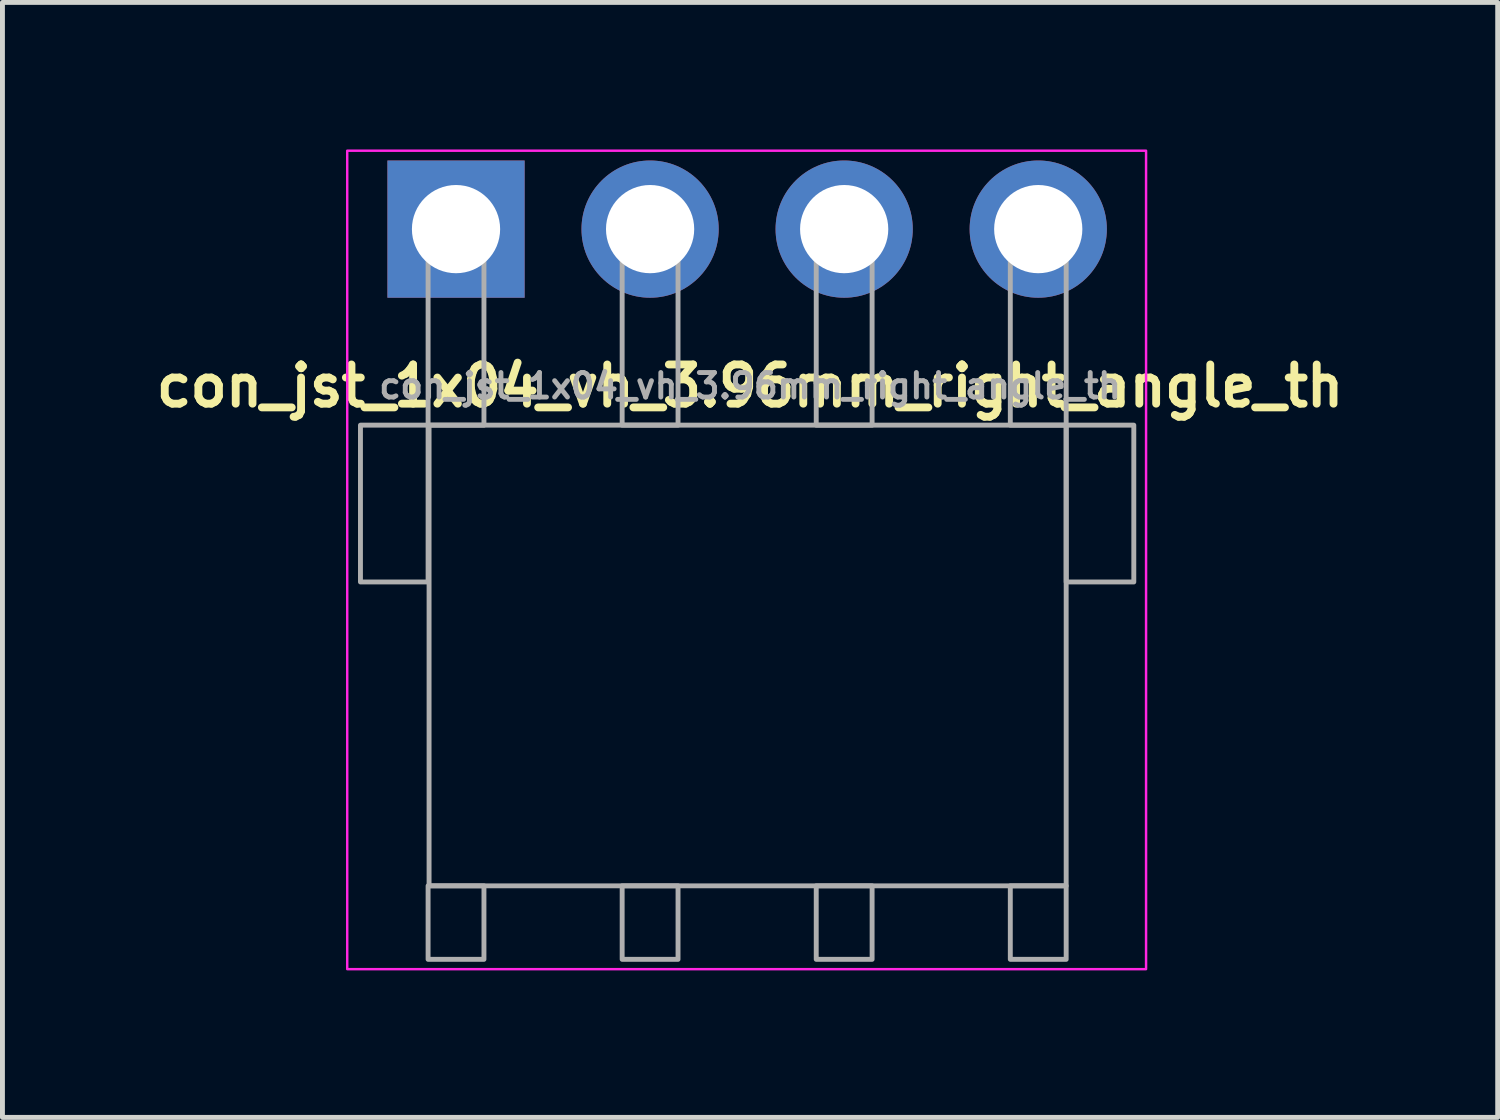
<source format=kicad_pcb>
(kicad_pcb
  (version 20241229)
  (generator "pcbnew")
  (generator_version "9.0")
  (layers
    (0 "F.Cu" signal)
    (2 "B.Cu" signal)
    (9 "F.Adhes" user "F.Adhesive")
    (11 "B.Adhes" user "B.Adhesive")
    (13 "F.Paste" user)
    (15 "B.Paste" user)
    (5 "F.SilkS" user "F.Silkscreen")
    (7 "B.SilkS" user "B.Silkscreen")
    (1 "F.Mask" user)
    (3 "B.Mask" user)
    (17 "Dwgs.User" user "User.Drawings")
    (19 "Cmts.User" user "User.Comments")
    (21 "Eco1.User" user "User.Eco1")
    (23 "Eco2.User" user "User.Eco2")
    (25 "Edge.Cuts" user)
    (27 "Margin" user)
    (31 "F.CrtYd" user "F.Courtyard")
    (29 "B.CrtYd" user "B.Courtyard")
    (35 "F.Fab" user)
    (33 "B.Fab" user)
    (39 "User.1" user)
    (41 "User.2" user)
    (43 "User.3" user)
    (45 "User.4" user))
  (footprint "con_jst_1x04_vh_3.96mm_right_angle_th"
    (layer "F.Cu")
    (at 6.255 1.625)
    (property "Reference" "con_jst_1x04_vh_3.96mm_right_angle_th" (at 6 3.2 0) (layer "F.SilkS") (effects (font (size 0.8 0.8) (thickness 0.16))))
    (attr through_hole)
    (fp_rect (start -2.22 -1.6) (end 14.08 15.1) (stroke (width 0.05) (type solid)) (fill no) (layer "F.CrtYd"))
    (fp_rect (start -1.95 4) (end -0.57 7.2) (stroke (width 0.1) (type solid)) (fill no) (layer "F.Fab"))
    (fp_rect (start -0.57 -0.6) (end 0.57 4) (stroke (width 0.1) (type solid)) (fill no) (layer "F.Fab"))
    (fp_rect (start -0.57 13.4) (end 0.57 14.9) (stroke (width 0.1) (type solid)) (fill no) (layer "F.Fab"))
    (fp_rect (start -0.55 4) (end 12.45 13.4) (stroke (width 0.1) (type solid)) (fill no) (layer "F.Fab"))
    (fp_rect (start 3.39 -0.6) (end 4.53 4) (stroke (width 0.1) (type solid)) (fill no) (layer "F.Fab"))
    (fp_rect (start 3.39 13.4) (end 4.53 14.9) (stroke (width 0.1) (type solid)) (fill no) (layer "F.Fab"))
    (fp_rect (start 7.35 -0.6) (end 8.49 4) (stroke (width 0.1) (type solid)) (fill no) (layer "F.Fab"))
    (fp_rect (start 7.35 13.4) (end 8.49 14.9) (stroke (width 0.1) (type solid)) (fill no) (layer "F.Fab"))
    (fp_rect (start 11.31 -0.6) (end 12.45 4) (stroke (width 0.1) (type solid)) (fill no) (layer "F.Fab"))
    (fp_rect (start 11.31 13.4) (end 12.45 14.9) (stroke (width 0.1) (type solid)) (fill no) (layer "F.Fab"))
    (fp_rect (start 12.45 4) (end 13.83 7.2) (stroke (width 0.1) (type solid)) (fill no) (layer "F.Fab"))
    (fp_text user "${REFERENCE}" (at 6 3.2 0) (layer "F.Fab") (effects (font (size 0.5 0.5) (thickness 0.1))))
    (pad "1" thru_hole rect (at 0 0) (size 2.8 2.8) (drill 1.8) (layers "*.Cu" "*.Mask"))
    (pad "2" thru_hole circle (at 3.96 0) (size 2.8 2.8) (drill 1.8) (layers "*.Cu" "*.Mask"))
    (pad "3" thru_hole circle (at 7.92 0) (size 2.8 2.8) (drill 1.8) (layers "*.Cu" "*.Mask"))
    (pad "4" thru_hole circle (at 11.88 0) (size 2.8 2.8) (drill 1.8) (layers "*.Cu" "*.Mask")))
  (gr_rect
    (start -3 -3)
    (end 27.51 19.75)
    (stroke (width 0.1) (type default))
    (fill no)
    (layer "Edge.Cuts")))
</source>
